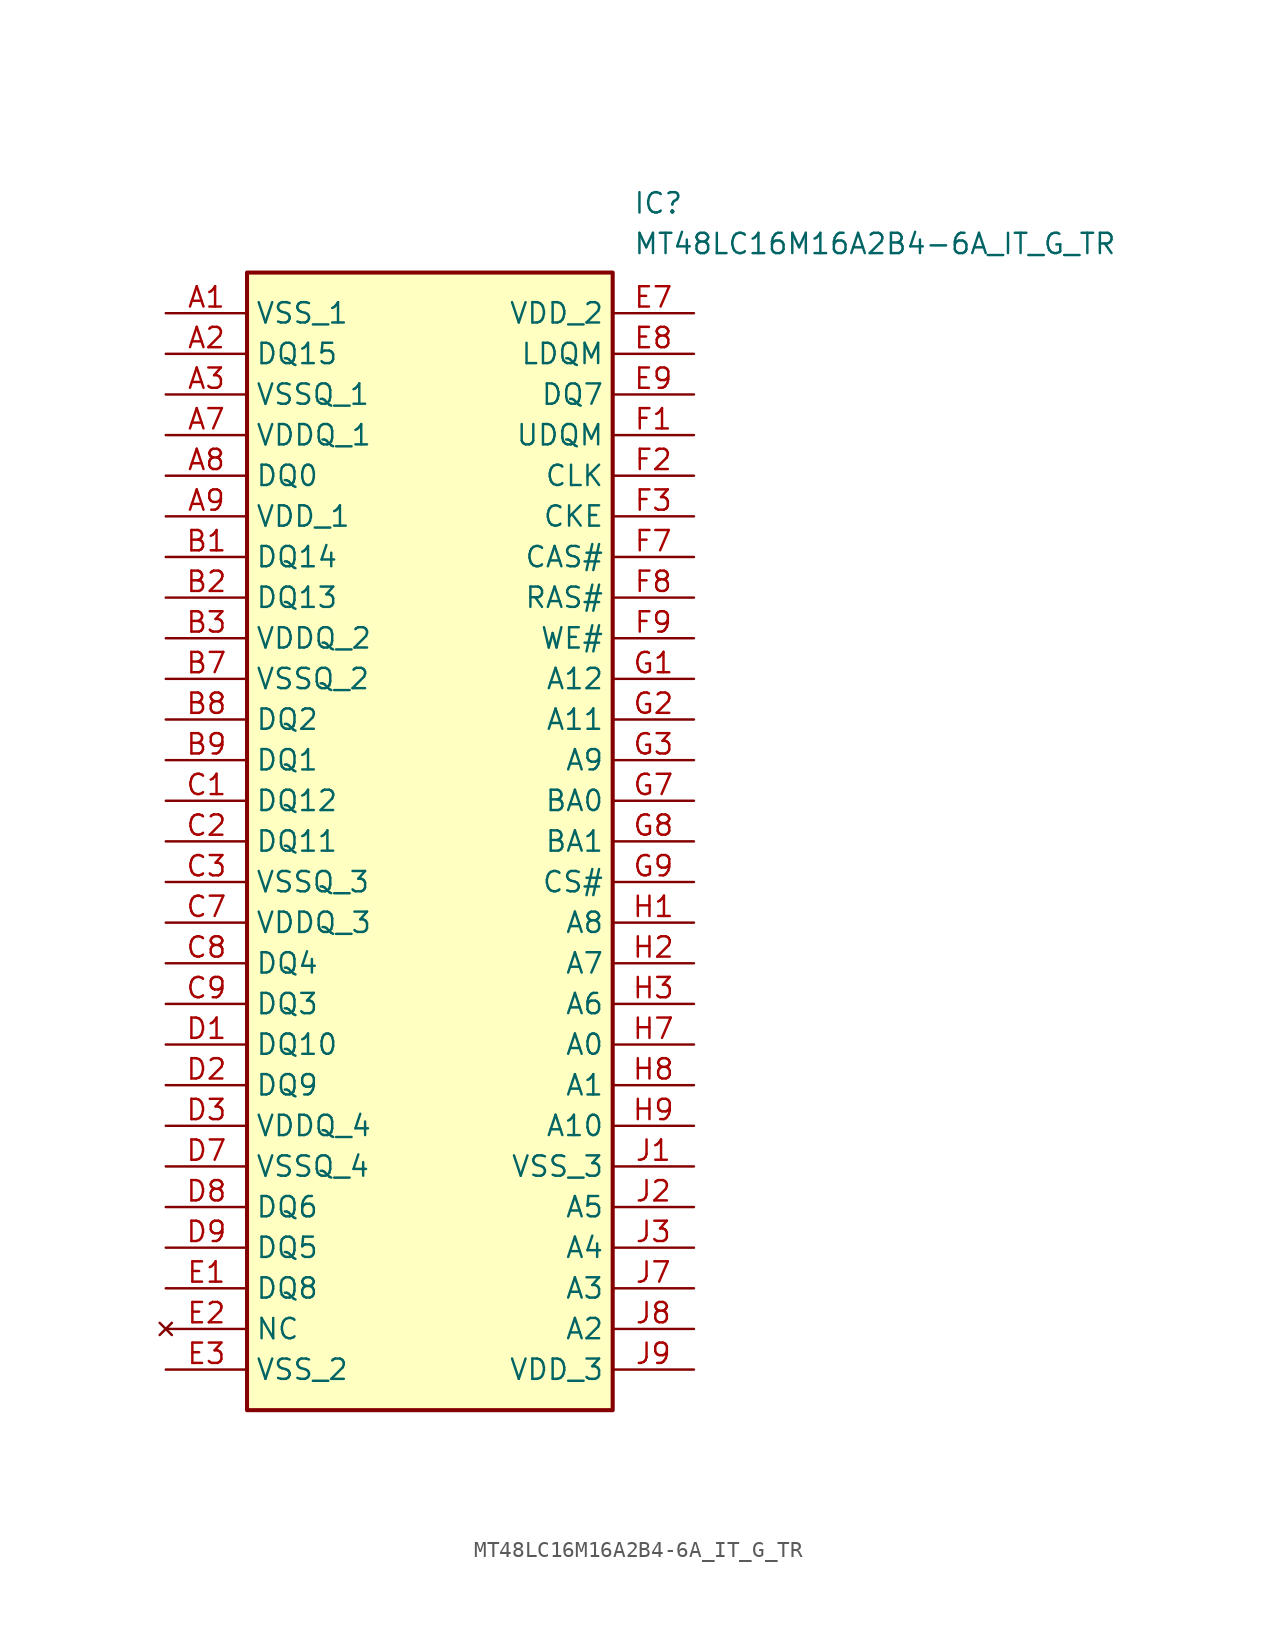
<source format=kicad_sym>
(kicad_symbol_lib
  (version 20211014)
  (generator SamacSys_ECAD_Model)
  (symbol "MT48LC16M16A2B4-6A_IT_G_TR"
    (property "Reference" "IC"
      (at 29.21 7.62 0)
      (effects (font (size 1.27 1.27)) (justify left top)))
    (property "Value" "MT48LC16M16A2B4-6A_IT_G_TR"
      (at 29.21 5.08 0)
      (effects (font (size 1.27 1.27)) (justify left top)))
    (rectangle
      (start 5.08 2.54)
      (end 27.94 -68.58)
      (stroke (width 0.254) (type default))
      (fill (type background)))
    (pin passive line
      (at 0 0 0)
      (length 5.08)
      (name "VSS_1" (effects (font (size 1.27 1.27))))
      (number "A1" (effects (font (size 1.27 1.27)))))
    (pin passive line
      (at 0 -2.54 0)
      (length 5.08)
      (name "DQ15" (effects (font (size 1.27 1.27))))
      (number "A2" (effects (font (size 1.27 1.27)))))
    (pin passive line
      (at 0 -5.08 0)
      (length 5.08)
      (name "VSSQ_1" (effects (font (size 1.27 1.27))))
      (number "A3" (effects (font (size 1.27 1.27)))))
    (pin passive line
      (at 0 -7.62 0)
      (length 5.08)
      (name "VDDQ_1" (effects (font (size 1.27 1.27))))
      (number "A7" (effects (font (size 1.27 1.27)))))
    (pin passive line
      (at 0 -10.16 0)
      (length 5.08)
      (name "DQ0" (effects (font (size 1.27 1.27))))
      (number "A8" (effects (font (size 1.27 1.27)))))
    (pin passive line
      (at 0 -12.7 0)
      (length 5.08)
      (name "VDD_1" (effects (font (size 1.27 1.27))))
      (number "A9" (effects (font (size 1.27 1.27)))))
    (pin passive line
      (at 0 -15.24 0)
      (length 5.08)
      (name "DQ14" (effects (font (size 1.27 1.27))))
      (number "B1" (effects (font (size 1.27 1.27)))))
    (pin passive line
      (at 0 -17.78 0)
      (length 5.08)
      (name "DQ13" (effects (font (size 1.27 1.27))))
      (number "B2" (effects (font (size 1.27 1.27)))))
    (pin passive line
      (at 0 -20.32 0)
      (length 5.08)
      (name "VDDQ_2" (effects (font (size 1.27 1.27))))
      (number "B3" (effects (font (size 1.27 1.27)))))
    (pin passive line
      (at 0 -22.86 0)
      (length 5.08)
      (name "VSSQ_2" (effects (font (size 1.27 1.27))))
      (number "B7" (effects (font (size 1.27 1.27)))))
    (pin passive line
      (at 0 -25.4 0)
      (length 5.08)
      (name "DQ2" (effects (font (size 1.27 1.27))))
      (number "B8" (effects (font (size 1.27 1.27)))))
    (pin passive line
      (at 0 -27.94 0)
      (length 5.08)
      (name "DQ1" (effects (font (size 1.27 1.27))))
      (number "B9" (effects (font (size 1.27 1.27)))))
    (pin passive line
      (at 0 -30.48 0)
      (length 5.08)
      (name "DQ12" (effects (font (size 1.27 1.27))))
      (number "C1" (effects (font (size 1.27 1.27)))))
    (pin passive line
      (at 0 -33.02 0)
      (length 5.08)
      (name "DQ11" (effects (font (size 1.27 1.27))))
      (number "C2" (effects (font (size 1.27 1.27)))))
    (pin passive line
      (at 0 -35.56 0)
      (length 5.08)
      (name "VSSQ_3" (effects (font (size 1.27 1.27))))
      (number "C3" (effects (font (size 1.27 1.27)))))
    (pin passive line
      (at 0 -38.1 0)
      (length 5.08)
      (name "VDDQ_3" (effects (font (size 1.27 1.27))))
      (number "C7" (effects (font (size 1.27 1.27)))))
    (pin passive line
      (at 0 -40.64 0)
      (length 5.08)
      (name "DQ4" (effects (font (size 1.27 1.27))))
      (number "C8" (effects (font (size 1.27 1.27)))))
    (pin passive line
      (at 0 -43.18 0)
      (length 5.08)
      (name "DQ3" (effects (font (size 1.27 1.27))))
      (number "C9" (effects (font (size 1.27 1.27)))))
    (pin passive line
      (at 0 -45.72 0)
      (length 5.08)
      (name "DQ10" (effects (font (size 1.27 1.27))))
      (number "D1" (effects (font (size 1.27 1.27)))))
    (pin passive line
      (at 0 -48.26 0)
      (length 5.08)
      (name "DQ9" (effects (font (size 1.27 1.27))))
      (number "D2" (effects (font (size 1.27 1.27)))))
    (pin passive line
      (at 0 -50.8 0)
      (length 5.08)
      (name "VDDQ_4" (effects (font (size 1.27 1.27))))
      (number "D3" (effects (font (size 1.27 1.27)))))
    (pin passive line
      (at 0 -53.34 0)
      (length 5.08)
      (name "VSSQ_4" (effects (font (size 1.27 1.27))))
      (number "D7" (effects (font (size 1.27 1.27)))))
    (pin passive line
      (at 0 -55.88 0)
      (length 5.08)
      (name "DQ6" (effects (font (size 1.27 1.27))))
      (number "D8" (effects (font (size 1.27 1.27)))))
    (pin passive line
      (at 0 -58.42 0)
      (length 5.08)
      (name "DQ5" (effects (font (size 1.27 1.27))))
      (number "D9" (effects (font (size 1.27 1.27)))))
    (pin passive line
      (at 0 -60.96 0)
      (length 5.08)
      (name "DQ8" (effects (font (size 1.27 1.27))))
      (number "E1" (effects (font (size 1.27 1.27)))))
    (pin no_connect line
      (at 0 -63.5 0)
      (length 5.08)
      (name "NC" (effects (font (size 1.27 1.27))))
      (number "E2" (effects (font (size 1.27 1.27)))))
    (pin passive line
      (at 0 -66.04 0)
      (length 5.08)
      (name "VSS_2" (effects (font (size 1.27 1.27))))
      (number "E3" (effects (font (size 1.27 1.27)))))
    (pin passive line
      (at 33.02 0 180)
      (length 5.08)
      (name "VDD_2" (effects (font (size 1.27 1.27))))
      (number "E7" (effects (font (size 1.27 1.27)))))
    (pin passive line
      (at 33.02 -2.54 180)
      (length 5.08)
      (name "LDQM" (effects (font (size 1.27 1.27))))
      (number "E8" (effects (font (size 1.27 1.27)))))
    (pin passive line
      (at 33.02 -5.08 180)
      (length 5.08)
      (name "DQ7" (effects (font (size 1.27 1.27))))
      (number "E9" (effects (font (size 1.27 1.27)))))
    (pin passive line
      (at 33.02 -7.62 180)
      (length 5.08)
      (name "UDQM" (effects (font (size 1.27 1.27))))
      (number "F1" (effects (font (size 1.27 1.27)))))
    (pin passive line
      (at 33.02 -10.16 180)
      (length 5.08)
      (name "CLK" (effects (font (size 1.27 1.27))))
      (number "F2" (effects (font (size 1.27 1.27)))))
    (pin passive line
      (at 33.02 -12.7 180)
      (length 5.08)
      (name "CKE" (effects (font (size 1.27 1.27))))
      (number "F3" (effects (font (size 1.27 1.27)))))
    (pin passive line
      (at 33.02 -15.24 180)
      (length 5.08)
      (name "CAS#" (effects (font (size 1.27 1.27))))
      (number "F7" (effects (font (size 1.27 1.27)))))
    (pin passive line
      (at 33.02 -17.78 180)
      (length 5.08)
      (name "RAS#" (effects (font (size 1.27 1.27))))
      (number "F8" (effects (font (size 1.27 1.27)))))
    (pin passive line
      (at 33.02 -20.32 180)
      (length 5.08)
      (name "WE#" (effects (font (size 1.27 1.27))))
      (number "F9" (effects (font (size 1.27 1.27)))))
    (pin passive line
      (at 33.02 -22.86 180)
      (length 5.08)
      (name "A12" (effects (font (size 1.27 1.27))))
      (number "G1" (effects (font (size 1.27 1.27)))))
    (pin passive line
      (at 33.02 -25.4 180)
      (length 5.08)
      (name "A11" (effects (font (size 1.27 1.27))))
      (number "G2" (effects (font (size 1.27 1.27)))))
    (pin passive line
      (at 33.02 -27.94 180)
      (length 5.08)
      (name "A9" (effects (font (size 1.27 1.27))))
      (number "G3" (effects (font (size 1.27 1.27)))))
    (pin passive line
      (at 33.02 -30.48 180)
      (length 5.08)
      (name "BA0" (effects (font (size 1.27 1.27))))
      (number "G7" (effects (font (size 1.27 1.27)))))
    (pin passive line
      (at 33.02 -33.02 180)
      (length 5.08)
      (name "BA1" (effects (font (size 1.27 1.27))))
      (number "G8" (effects (font (size 1.27 1.27)))))
    (pin passive line
      (at 33.02 -35.56 180)
      (length 5.08)
      (name "CS#" (effects (font (size 1.27 1.27))))
      (number "G9" (effects (font (size 1.27 1.27)))))
    (pin passive line
      (at 33.02 -38.1 180)
      (length 5.08)
      (name "A8" (effects (font (size 1.27 1.27))))
      (number "H1" (effects (font (size 1.27 1.27)))))
    (pin passive line
      (at 33.02 -40.64 180)
      (length 5.08)
      (name "A7" (effects (font (size 1.27 1.27))))
      (number "H2" (effects (font (size 1.27 1.27)))))
    (pin passive line
      (at 33.02 -43.18 180)
      (length 5.08)
      (name "A6" (effects (font (size 1.27 1.27))))
      (number "H3" (effects (font (size 1.27 1.27)))))
    (pin passive line
      (at 33.02 -45.72 180)
      (length 5.08)
      (name "A0" (effects (font (size 1.27 1.27))))
      (number "H7" (effects (font (size 1.27 1.27)))))
    (pin passive line
      (at 33.02 -48.26 180)
      (length 5.08)
      (name "A1" (effects (font (size 1.27 1.27))))
      (number "H8" (effects (font (size 1.27 1.27)))))
    (pin passive line
      (at 33.02 -50.8 180)
      (length 5.08)
      (name "A10" (effects (font (size 1.27 1.27))))
      (number "H9" (effects (font (size 1.27 1.27)))))
    (pin passive line
      (at 33.02 -53.34 180)
      (length 5.08)
      (name "VSS_3" (effects (font (size 1.27 1.27))))
      (number "J1" (effects (font (size 1.27 1.27)))))
    (pin passive line
      (at 33.02 -55.88 180)
      (length 5.08)
      (name "A5" (effects (font (size 1.27 1.27))))
      (number "J2" (effects (font (size 1.27 1.27)))))
    (pin passive line
      (at 33.02 -58.42 180)
      (length 5.08)
      (name "A4" (effects (font (size 1.27 1.27))))
      (number "J3" (effects (font (size 1.27 1.27)))))
    (pin passive line
      (at 33.02 -60.96 180)
      (length 5.08)
      (name "A3" (effects (font (size 1.27 1.27))))
      (number "J7" (effects (font (size 1.27 1.27)))))
    (pin passive line
      (at 33.02 -63.5 180)
      (length 5.08)
      (name "A2" (effects (font (size 1.27 1.27))))
      (number "J8" (effects (font (size 1.27 1.27)))))
    (pin passive line
      (at 33.02 -66.04 180)
      (length 5.08)
      (name "VDD_3" (effects (font (size 1.27 1.27))))
      (number "J9" (effects (font (size 1.27 1.27)))))))
</source>
